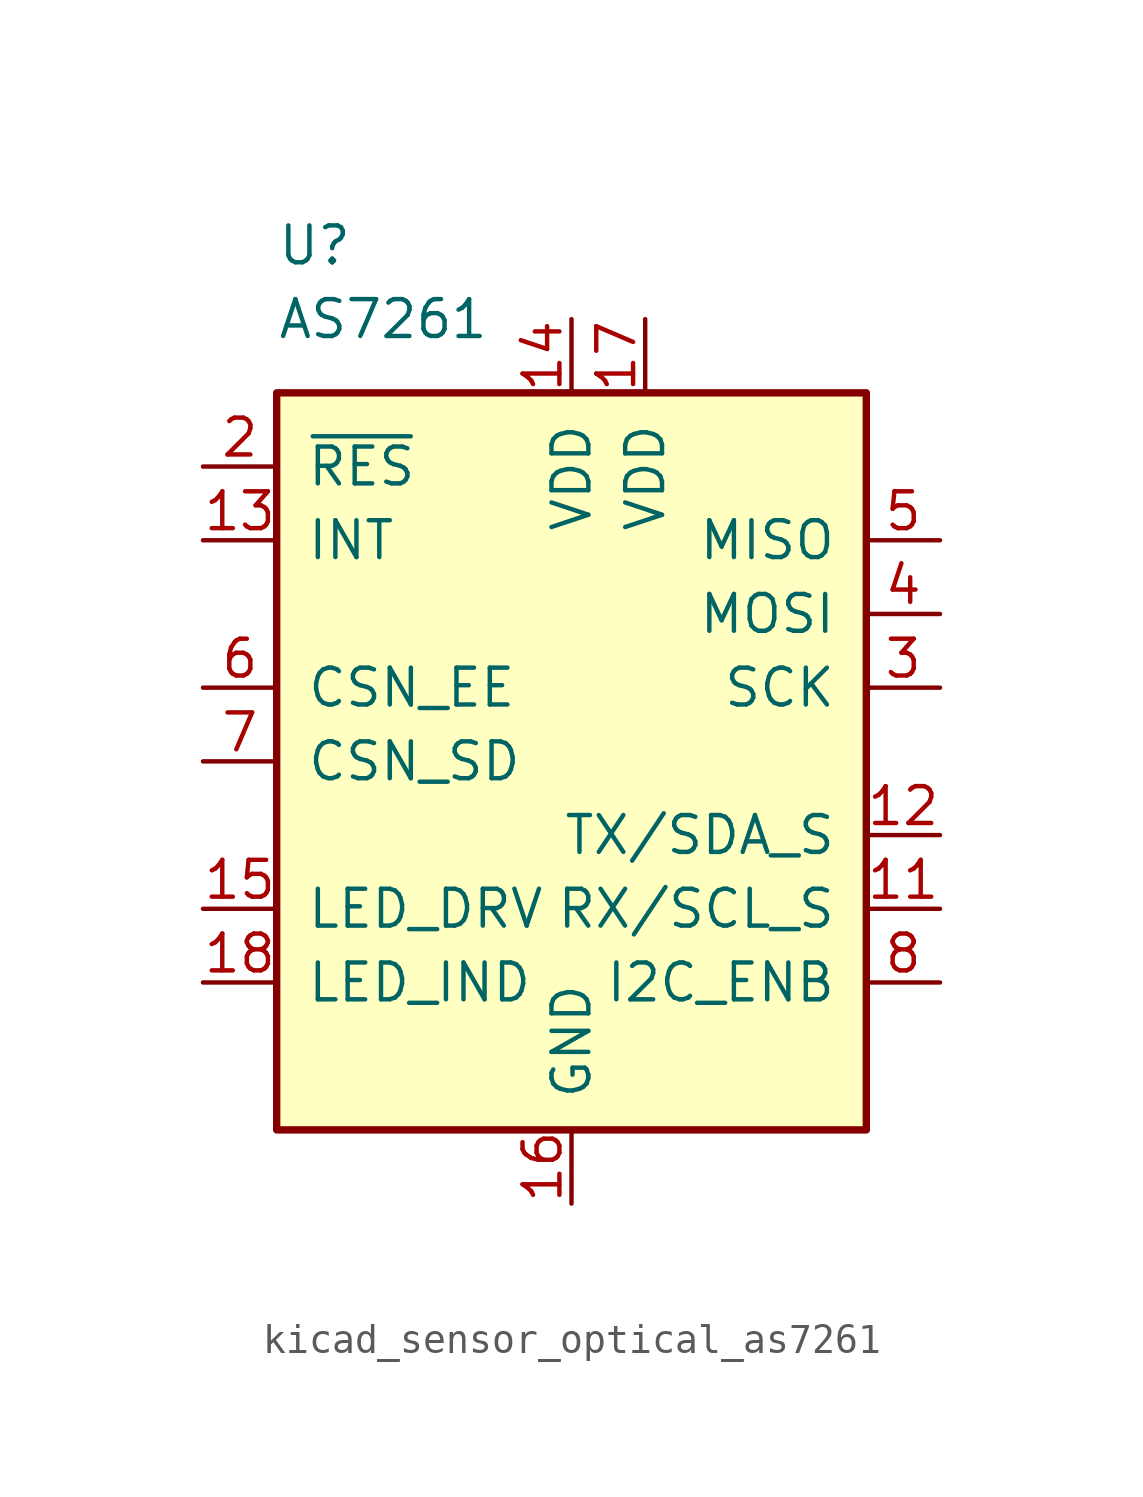
<source format=kicad_sym>
(kicad_symbol_lib
  (version 20220914)
  (generator kicad_symbol_editor)
  (symbol "kicad_sensor_optical_as7261"
    (pin_names
      (offset 1.016))
    (property "Reference" "U"
      (at -10.16 17.78 0)
      (effects (font (size 1.27 1.27)) (justify left)))
    (property "Value" "AS7261"
      (at -10.16 15.24 0)
      (effects (font (size 1.27 1.27)) (justify left)))
    (symbol "kicad_sensor_optical_as7261_0_1"
      (rectangle (start -10.16 12.7) (end 10.16 -12.7) (stroke (width 0.254) (type default)) (fill (type background))))
    (symbol "kicad_sensor_optical_as7261_1_1"
      (pin no_connect line (at 10.16 10.16 180) (length 2.54) hide (name "NF" (effects (font (size 1.27 1.27)))) (number "1" (effects (font (size 1.27 1.27)))))
      (pin no_connect line (at -12.7 5.08 0) (length 2.54) hide (name "NF" (effects (font (size 1.27 1.27)))) (number "10" (effects (font (size 1.27 1.27)))))
      (pin input line (at 12.7 -5.08 180) (length 2.54) (name "RX/SCL_S" (effects (font (size 1.27 1.27)))) (number "11" (effects (font (size 1.27 1.27)))))
      (pin bidirectional line (at 12.7 -2.54 180) (length 2.54) (name "TX/SDA_S" (effects (font (size 1.27 1.27)))) (number "12" (effects (font (size 1.27 1.27)))))
      (pin input line (at -12.7 7.62 0) (length 2.54) (name "INT" (effects (font (size 1.27 1.27)))) (number "13" (effects (font (size 1.27 1.27)))))
      (pin power_in line (at 0 15.24 270) (length 2.54) (name "VDD" (effects (font (size 1.27 1.27)))) (number "14" (effects (font (size 1.27 1.27)))))
      (pin output line (at -12.7 -5.08 0) (length 2.54) (name "LED_DRV" (effects (font (size 1.27 1.27)))) (number "15" (effects (font (size 1.27 1.27)))))
      (pin power_in line (at 0 -15.24 90) (length 2.54) (name "GND" (effects (font (size 1.27 1.27)))) (number "16" (effects (font (size 1.27 1.27)))))
      (pin power_in line (at 2.54 15.24 270) (length 2.54) (name "VDD" (effects (font (size 1.27 1.27)))) (number "17" (effects (font (size 1.27 1.27)))))
      (pin output line (at -12.7 -7.62 0) (length 2.54) (name "LED_IND" (effects (font (size 1.27 1.27)))) (number "18" (effects (font (size 1.27 1.27)))))
      (pin no_connect line (at -10.16 -2.54 0) (length 2.54) hide (name "NF" (effects (font (size 1.27 1.27)))) (number "19" (effects (font (size 1.27 1.27)))))
      (pin input line (at -12.7 10.16 0) (length 2.54) (name "~{RES}" (effects (font (size 1.27 1.27)))) (number "2" (effects (font (size 1.27 1.27)))))
      (pin no_connect line (at -10.16 -10.16 0) (length 2.54) hide (name "NF" (effects (font (size 1.27 1.27)))) (number "20" (effects (font (size 1.27 1.27)))))
      (pin input line (at 12.7 2.54 180) (length 2.54) (name "SCK" (effects (font (size 1.27 1.27)))) (number "3" (effects (font (size 1.27 1.27)))))
      (pin bidirectional line (at 12.7 5.08 180) (length 2.54) (name "MOSI" (effects (font (size 1.27 1.27)))) (number "4" (effects (font (size 1.27 1.27)))))
      (pin bidirectional line (at 12.7 7.62 180) (length 2.54) (name "MISO" (effects (font (size 1.27 1.27)))) (number "5" (effects (font (size 1.27 1.27)))))
      (pin input line (at -12.7 2.54 0) (length 2.54) (name "CSN_EE" (effects (font (size 1.27 1.27)))) (number "6" (effects (font (size 1.27 1.27)))))
      (pin input line (at -12.7 0 0) (length 2.54) (name "CSN_SD" (effects (font (size 1.27 1.27)))) (number "7" (effects (font (size 1.27 1.27)))))
      (pin input line (at 12.7 -7.62 180) (length 2.54) (name "I2C_ENB" (effects (font (size 1.27 1.27)))) (number "8" (effects (font (size 1.27 1.27)))))
      (pin no_connect line (at 10.16 -10.16 180) (length 2.54) hide (name "NF" (effects (font (size 1.27 1.27)))) (number "9" (effects (font (size 1.27 1.27))))))))
</source>
